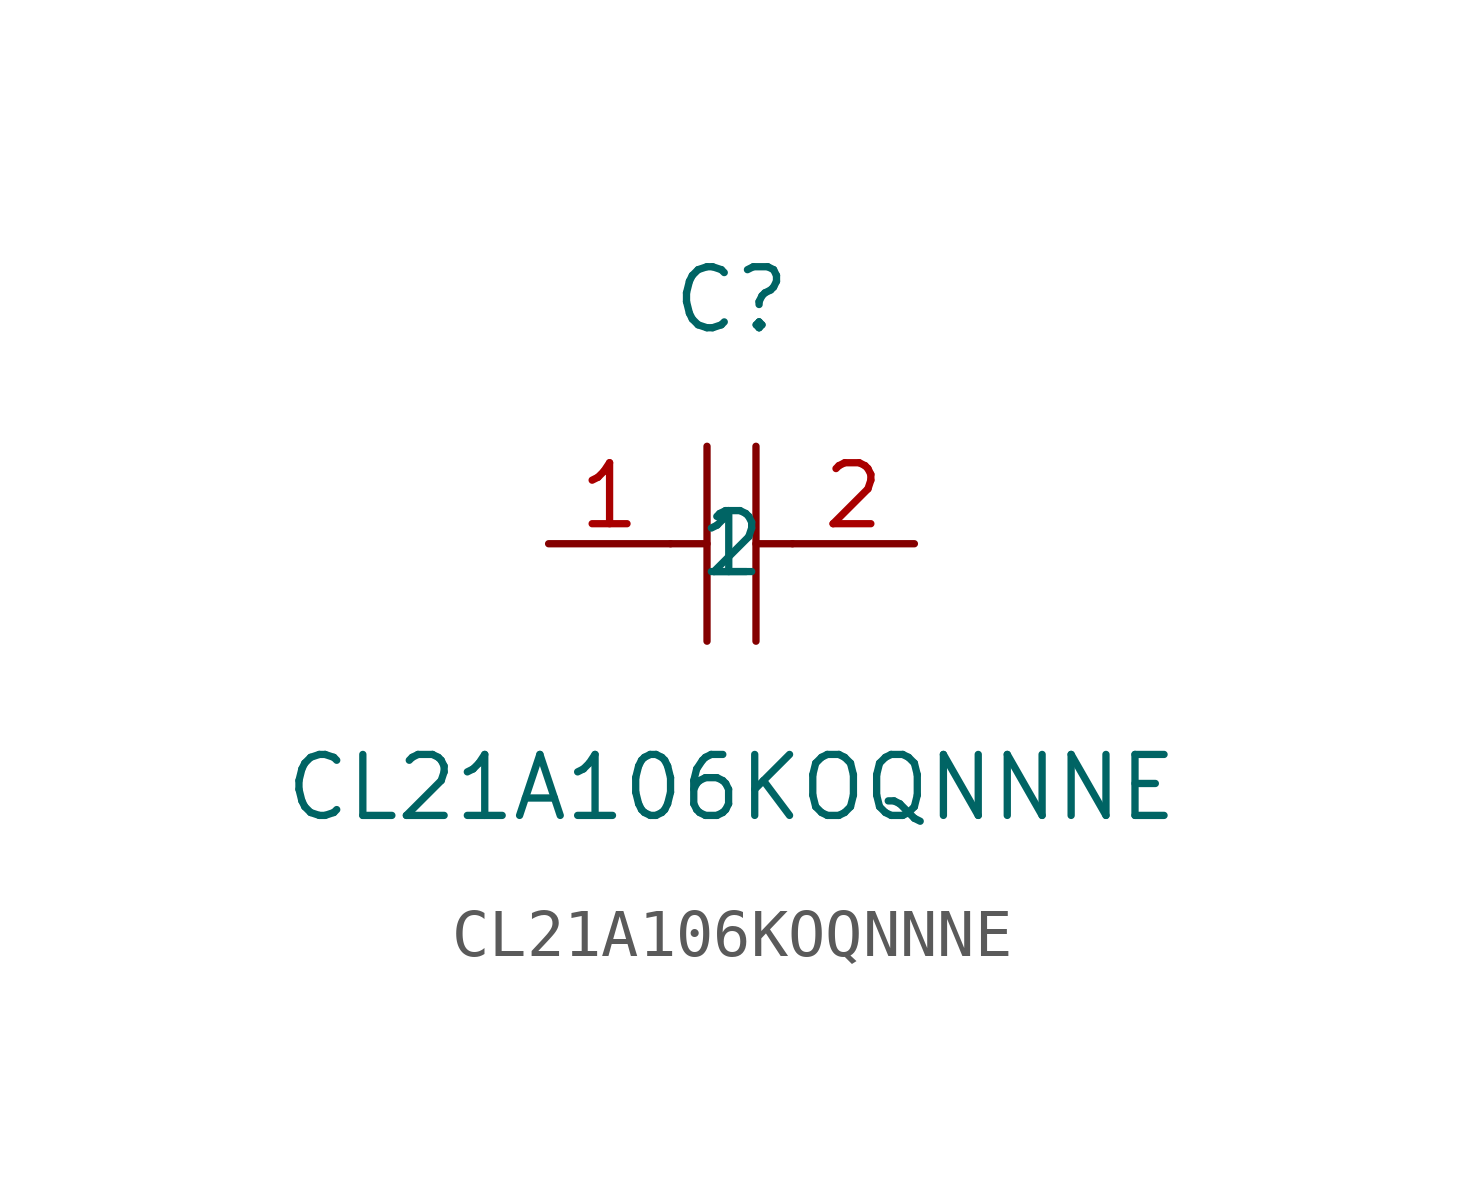
<source format=kicad_sym>
(kicad_symbol_lib
  (version 1)
  (generator "faebryk")
  (symbol "CL21A106KOQNNNE"
    (property "Reference" "C"
      (at 0 5.08 0)
      (effects (font (size 1.27 1.27)) (hide no)))
    (property "Value" "CL21A106KOQNNNE"
      (at 0 -5.08 0)
      (effects (font (size 1.27 1.27)) (hide no)))
    (symbol "CL21A106KOQNNNE_0_1"
      (polyline (stroke (width 0) (type default) (color 0 0 0 0)) (fill (type none)) (pts (xy -0.51 2.03) (xy -0.51 -2.03)))
      (polyline (stroke (width 0) (type default) (color 0 0 0 0)) (fill (type none)) (pts (xy 0.51 2.03) (xy 0.51 -2.03)))
      (polyline (stroke (width 0) (type default) (color 0 0 0 0)) (fill (type none)) (pts (xy -1.27 0) (xy -0.51 0)))
      (polyline (stroke (width 0) (type default) (color 0 0 0 0)) (fill (type none)) (pts (xy 0.51 0) (xy 1.27 0)))
      (pin input line (at -3.81 0 0) (length 2.54) (name "1" (effects (font (size 1.27 1.27)) (hide no))) (number "1" (effects (font (size 1.27 1.27)) (hide no))))
      (pin input line (at 3.81 0 180) (length 2.54) (name "2" (effects (font (size 1.27 1.27)) (hide no))) (number "2" (effects (font (size 1.27 1.27)) (hide no)))))))
</source>
